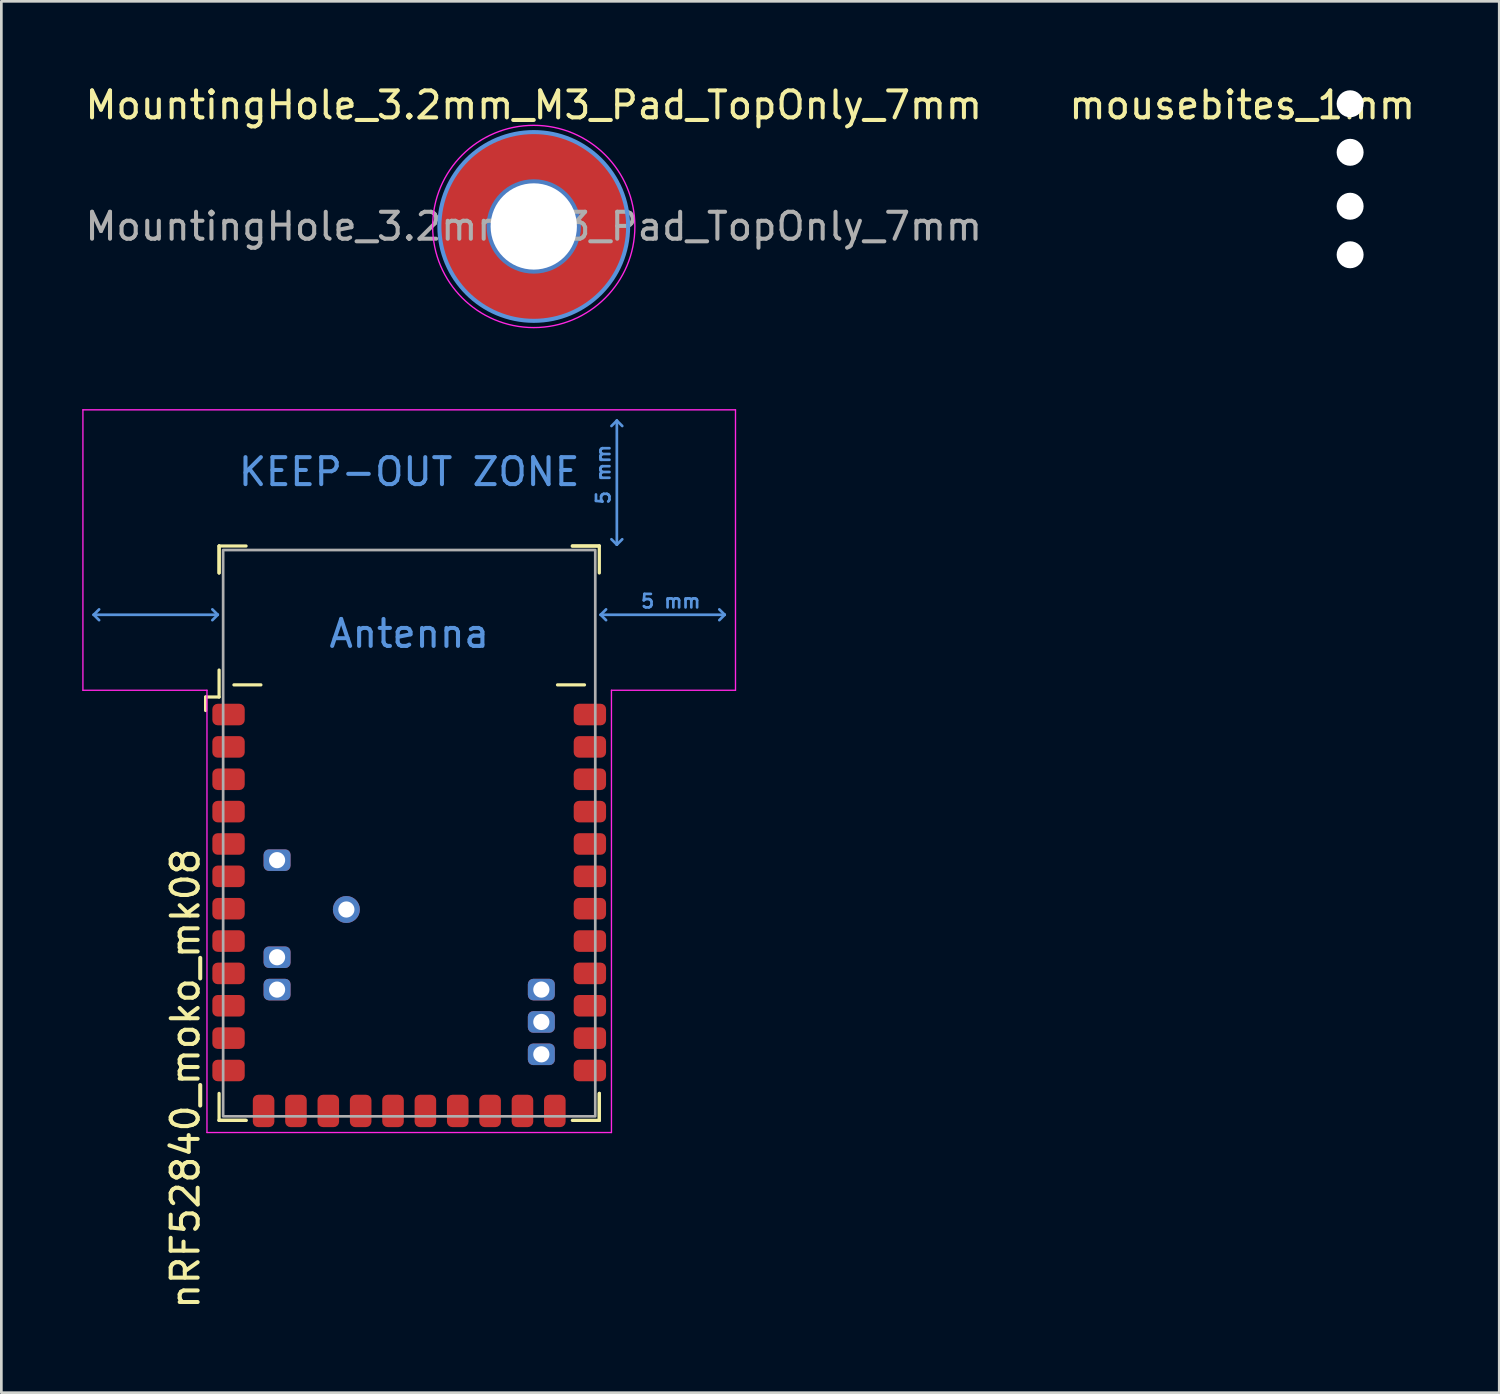
<source format=kicad_pcb>
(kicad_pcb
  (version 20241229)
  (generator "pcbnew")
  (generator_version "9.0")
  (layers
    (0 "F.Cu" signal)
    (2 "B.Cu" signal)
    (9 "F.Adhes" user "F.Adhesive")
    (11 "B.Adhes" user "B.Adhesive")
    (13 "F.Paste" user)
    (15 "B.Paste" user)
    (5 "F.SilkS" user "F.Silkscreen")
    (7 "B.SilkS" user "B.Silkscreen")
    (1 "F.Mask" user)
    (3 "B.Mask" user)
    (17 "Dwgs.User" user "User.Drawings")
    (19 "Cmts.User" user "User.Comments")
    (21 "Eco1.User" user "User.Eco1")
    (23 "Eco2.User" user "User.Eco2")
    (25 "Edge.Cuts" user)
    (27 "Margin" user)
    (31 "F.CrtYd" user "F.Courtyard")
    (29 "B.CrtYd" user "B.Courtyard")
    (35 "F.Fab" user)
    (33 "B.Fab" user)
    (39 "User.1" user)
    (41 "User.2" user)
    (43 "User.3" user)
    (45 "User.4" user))
  (footprint "mousebites_1mm"
    (layer "F.Cu")
    (at 47.018 3.598)
    (property "Reference" "mousebites_1mm" (at -4 -2.75 0) (layer "F.SilkS") (effects (font (size 1 1) (thickness 0.15))))
    (attr exclude_from_pos_files exclude_from_bom)
    (pad "" np_thru_hole circle (at 0 -2.8) (size 1 1) (drill 1) (layers "*.Cu" "*.Mask"))
    (pad "" np_thru_hole circle (at 0 -1) (size 1 1) (drill 1) (layers "*.Cu" "*.Mask"))
    (pad "" np_thru_hole circle (at 0 1) (size 1 1) (drill 1) (layers "*.Cu" "*.Mask"))
    (pad "" np_thru_hole circle (at 0 2.8) (size 1 1) (drill 1) (layers "*.Cu" "*.Mask")))
  (footprint "nRF52840_moko_mk08"
    (layer "F.Cu")
    (at 12.125 27.848)
    (property "Reference" "nRF52840_moko_mk08" (at -8.3 9.1 90) (unlocked yes) (layer "F.SilkS") (effects (font (size 1 1) (thickness 0.15))))
    (attr smd)
    (fp_line (start -7.55 -5.05) (end -7.55 -4.55) (stroke (width 0.12) (type solid)) (layer "F.SilkS"))
    (fp_line (start -7.05 -10.65) (end -7.05 -9.65) (stroke (width 0.12) (type solid)) (layer "F.SilkS"))
    (fp_line (start -7.05 -10.65) (end -6.05 -10.65) (stroke (width 0.12) (type solid)) (layer "F.SilkS"))
    (fp_line (start -7.05 -9.65) (end -7.05 -10.65) (stroke (width 0.12) (type solid)) (layer "F.SilkS"))
    (fp_line (start -7.05 -5.05) (end -7.55 -5.05) (stroke (width 0.12) (type solid)) (layer "F.SilkS"))
    (fp_line (start -7.05 -5.05) (end -7.05 -6.05) (stroke (width 0.12) (type solid)) (layer "F.SilkS"))
    (fp_line (start -7.05 10.65) (end -7.05 9.65) (stroke (width 0.12) (type solid)) (layer "F.SilkS"))
    (fp_line (start -7.05 10.65) (end -6.05 10.65) (stroke (width 0.12) (type solid)) (layer "F.SilkS"))
    (fp_line (start -6.5 -5.5) (end -5.5 -5.5) (stroke (width 0.12) (type solid)) (layer "F.SilkS"))
    (fp_line (start -6.05 10.65) (end -7.05 10.65) (stroke (width 0.12) (type solid)) (layer "F.SilkS"))
    (fp_line (start 6.05 -10.65) (end 7.05 -10.65) (stroke (width 0.12) (type solid)) (layer "F.SilkS"))
    (fp_line (start 6.5 -5.5) (end 5.5 -5.5) (stroke (width 0.12) (type solid)) (layer "F.SilkS"))
    (fp_line (start 7.05 -10.65) (end 6.05 -10.65) (stroke (width 0.12) (type solid)) (layer "F.SilkS"))
    (fp_line (start 7.05 -10.65) (end 7.05 -9.65) (stroke (width 0.12) (type solid)) (layer "F.SilkS"))
    (fp_line (start 7.05 9.65) (end 7.05 10.65) (stroke (width 0.12) (type solid)) (layer "F.SilkS"))
    (fp_line (start 7.05 10.65) (end 6.05 10.65) (stroke (width 0.12) (type solid)) (layer "F.SilkS"))
    (fp_line (start 7.05 10.65) (end 7.05 9.65) (stroke (width 0.12) (type solid)) (layer "F.SilkS"))
    (fp_line (start -11.7 -8.1) (end -11.5 -8.3) (stroke (width 0.1) (type solid)) (layer "Cmts.User"))
    (fp_line (start -11.7 -8.1) (end -11.5 -7.9) (stroke (width 0.1) (type solid)) (layer "Cmts.User"))
    (fp_line (start -11.7 -8.1) (end -7.1 -8.1) (stroke (width 0.1) (type solid)) (layer "Cmts.User"))
    (fp_line (start -7.1 -8.1) (end -7.3 -8.3) (stroke (width 0.1) (type solid)) (layer "Cmts.User"))
    (fp_line (start -7.1 -8.1) (end -7.3 -7.9) (stroke (width 0.1) (type solid)) (layer "Cmts.User"))
    (fp_line (start 7.1 -8.1) (end 7.3 -8.3) (stroke (width 0.1) (type solid)) (layer "Cmts.User"))
    (fp_line (start 7.1 -8.1) (end 7.3 -7.9) (stroke (width 0.1) (type solid)) (layer "Cmts.User"))
    (fp_line (start 7.1 -8.1) (end 11.7 -8.1) (stroke (width 0.1) (type solid)) (layer "Cmts.User"))
    (fp_line (start 7.7 -15.3) (end 7.5 -15.1) (stroke (width 0.1) (type solid)) (layer "Cmts.User"))
    (fp_line (start 7.7 -15.3) (end 7.9 -15.1) (stroke (width 0.1) (type solid)) (layer "Cmts.User"))
    (fp_line (start 7.7 -10.7) (end 7.5 -10.9) (stroke (width 0.1) (type solid)) (layer "Cmts.User"))
    (fp_line (start 7.7 -10.7) (end 7.7 -15.3) (stroke (width 0.1) (type solid)) (layer "Cmts.User"))
    (fp_line (start 7.7 -10.7) (end 7.9 -10.9) (stroke (width 0.1) (type solid)) (layer "Cmts.User"))
    (fp_line (start 11.7 -8.1) (end 11.5 -8.3) (stroke (width 0.1) (type solid)) (layer "Cmts.User"))
    (fp_line (start 11.7 -8.1) (end 11.5 -7.9) (stroke (width 0.1) (type solid)) (layer "Cmts.User"))
    (fp_line (start -12.1 -15.7) (end -12.1 -5.3) (stroke (width 0.05) (type solid)) (layer "F.CrtYd"))
    (fp_line (start -12.1 -5.3) (end -7.5 -5.3) (stroke (width 0.05) (type solid)) (layer "F.CrtYd"))
    (fp_line (start -7.5 -5.3) (end -7.5 11.1) (stroke (width 0.05) (type solid)) (layer "F.CrtYd"))
    (fp_line (start -7.5 11.1) (end 7.5 11.1) (stroke (width 0.05) (type solid)) (layer "F.CrtYd"))
    (fp_line (start 7.5 -5.3) (end 12.1 -5.3) (stroke (width 0.05) (type solid)) (layer "F.CrtYd"))
    (fp_line (start 7.5 11.1) (end 7.5 -5.3) (stroke (width 0.05) (type solid)) (layer "F.CrtYd"))
    (fp_line (start 12.1 -15.7) (end -12.1 -15.7) (stroke (width 0.05) (type solid)) (layer "F.CrtYd"))
    (fp_line (start 12.1 -5.3) (end 12.1 -15.7) (stroke (width 0.05) (type solid)) (layer "F.CrtYd"))
    (fp_rect (start -6.9 -10.5) (end 6.9 10.5) (stroke (width 0.1) (type solid)) (fill no) (layer "F.Fab"))
    (fp_text user "5 mm" (at 9.7 -8.6 180) (layer "Cmts.User") (effects (font (size 0.5 0.5) (thickness 0.1))))
    (fp_text user "KEEP-OUT ZONE" (at 0 -13.4 180) (layer "Cmts.User") (effects (font (size 1 1) (thickness 0.15))))
    (fp_text user "5 mm" (at 7.2 -13.3 90) (layer "Cmts.User") (effects (font (size 0.5 0.5) (thickness 0.1))))
    (fp_text user "Antenna" (at 0 -7.4 180) (layer "Cmts.User") (effects (font (size 1 1) (thickness 0.15))))
    (pad "1" smd roundrect (at -6.7 -4.4) (size 1.2 0.8) (layers "F.Cu" "F.Mask" "F.Paste") (roundrect_rratio 0.25))
    (pad "2" smd roundrect (at -6.7 -3.2) (size 1.2 0.8) (layers "F.Cu" "F.Mask" "F.Paste") (roundrect_rratio 0.25))
    (pad "3" smd roundrect (at -6.7 -2) (size 1.2 0.8) (layers "F.Cu" "F.Mask" "F.Paste") (roundrect_rratio 0.25))
    (pad "4" smd roundrect (at -6.7 -0.8) (size 1.2 0.8) (layers "F.Cu" "F.Mask" "F.Paste") (roundrect_rratio 0.25))
    (pad "5" smd roundrect (at -6.7 0.4) (size 1.2 0.8) (layers "F.Cu" "F.Mask" "F.Paste") (roundrect_rratio 0.25))
    (pad "6" smd roundrect (at -6.7 1.6) (size 1.2 0.8) (layers "F.Cu" "F.Mask" "F.Paste") (roundrect_rratio 0.25))
    (pad "7" smd roundrect (at -6.7 2.8) (size 1.2 0.8) (layers "F.Cu" "F.Mask" "F.Paste") (roundrect_rratio 0.25))
    (pad "8" smd roundrect (at -6.7 4) (size 1.2 0.8) (layers "F.Cu" "F.Mask" "F.Paste") (roundrect_rratio 0.25))
    (pad "9" smd roundrect (at -6.7 5.2) (size 1.2 0.8) (layers "F.Cu" "F.Mask" "F.Paste") (roundrect_rratio 0.25))
    (pad "10" smd roundrect (at -6.7 6.4) (size 1.2 0.8) (layers "F.Cu" "F.Mask" "F.Paste") (roundrect_rratio 0.25))
    (pad "11" smd roundrect (at -6.7 7.6) (size 1.2 0.8) (layers "F.Cu" "F.Mask" "F.Paste") (roundrect_rratio 0.25))
    (pad "12" smd roundrect (at -6.7 8.8) (size 1.2 0.8) (layers "F.Cu" "F.Mask" "F.Paste") (roundrect_rratio 0.25))
    (pad "13" smd roundrect (at -5.4 10.3 90) (size 1.2 0.8) (layers "F.Cu" "F.Mask" "F.Paste") (roundrect_rratio 0.25))
    (pad "14" smd roundrect (at -4.2 10.3 90) (size 1.2 0.8) (layers "F.Cu" "F.Mask" "F.Paste") (roundrect_rratio 0.25))
    (pad "15" smd roundrect (at -3 10.3 90) (size 1.2 0.8) (layers "F.Cu" "F.Mask" "F.Paste") (roundrect_rratio 0.25))
    (pad "16" smd roundrect (at -1.8 10.3 90) (size 1.2 0.8) (layers "F.Cu" "F.Mask" "F.Paste") (roundrect_rratio 0.25))
    (pad "17" smd roundrect (at -0.6 10.3 90) (size 1.2 0.8) (layers "F.Cu" "F.Mask" "F.Paste") (roundrect_rratio 0.25))
    (pad "18" smd roundrect (at 0.6 10.3 90) (size 1.2 0.8) (layers "F.Cu" "F.Mask" "F.Paste") (roundrect_rratio 0.25))
    (pad "19" smd roundrect (at 1.8 10.3 90) (size 1.2 0.8) (layers "F.Cu" "F.Mask" "F.Paste") (roundrect_rratio 0.25))
    (pad "20" smd roundrect (at 3 10.3 90) (size 1.2 0.8) (layers "F.Cu" "F.Mask" "F.Paste") (roundrect_rratio 0.25))
    (pad "21" smd roundrect (at 4.2 10.3 90) (size 1.2 0.8) (layers "F.Cu" "F.Mask" "F.Paste") (roundrect_rratio 0.25))
    (pad "22" smd roundrect (at 5.4 10.3 90) (size 1.2 0.8) (layers "F.Cu" "F.Mask" "F.Paste") (roundrect_rratio 0.25))
    (pad "23" smd roundrect (at 6.7 8.8 180) (size 1.2 0.8) (layers "F.Cu" "F.Mask" "F.Paste") (roundrect_rratio 0.25))
    (pad "24" smd roundrect (at 6.7 7.6 180) (size 1.2 0.8) (layers "F.Cu" "F.Mask" "F.Paste") (roundrect_rratio 0.25))
    (pad "25" smd roundrect (at 6.7 6.4 180) (size 1.2 0.8) (layers "F.Cu" "F.Mask" "F.Paste") (roundrect_rratio 0.25))
    (pad "26" smd roundrect (at 6.7 5.2 180) (size 1.2 0.8) (layers "F.Cu" "F.Mask" "F.Paste") (roundrect_rratio 0.25))
    (pad "27" smd roundrect (at 6.7 4 180) (size 1.2 0.8) (layers "F.Cu" "F.Mask" "F.Paste") (roundrect_rratio 0.25))
    (pad "28" smd roundrect (at 6.7 2.8 180) (size 1.2 0.8) (layers "F.Cu" "F.Mask" "F.Paste") (roundrect_rratio 0.25))
    (pad "29" smd roundrect (at 6.7 1.6 180) (size 1.2 0.8) (layers "F.Cu" "F.Mask" "F.Paste") (roundrect_rratio 0.25))
    (pad "30" smd roundrect (at 6.7 0.4 180) (size 1.2 0.8) (layers "F.Cu" "F.Mask" "F.Paste") (roundrect_rratio 0.25))
    (pad "31" smd roundrect (at 6.7 -0.8 180) (size 1.2 0.8) (layers "F.Cu" "F.Mask" "F.Paste") (roundrect_rratio 0.25))
    (pad "32" smd roundrect (at 6.7 -2 180) (size 1.2 0.8) (layers "F.Cu" "F.Mask" "F.Paste") (roundrect_rratio 0.25))
    (pad "33" smd roundrect (at 6.7 -3.2 180) (size 1.2 0.8) (layers "F.Cu" "F.Mask" "F.Paste") (roundrect_rratio 0.25))
    (pad "34" smd roundrect (at 6.7 -4.4 180) (size 1.2 0.8) (layers "F.Cu" "F.Mask" "F.Paste") (roundrect_rratio 0.25))
    (pad "39" thru_hole roundrect (at -4.9 1 180) (size 1 0.8) (drill 0.6) (layers "*.Cu" "*.Mask") (roundrect_rratio 0.25))
    (pad "42" thru_hole roundrect (at -4.9 4.6 180) (size 1 0.8) (drill 0.6) (layers "*.Cu" "*.Mask") (roundrect_rratio 0.25))
    (pad "43" thru_hole roundrect (at -4.9 5.8 180) (size 1 0.8) (drill 0.6) (layers "*.Cu" "*.Mask") (roundrect_rratio 0.25))
    (pad "46" thru_hole roundrect (at 4.9 8.2 180) (size 1 0.8) (drill 0.6) (layers "*.Cu" "*.Mask") (roundrect_rratio 0.25))
    (pad "47" thru_hole roundrect (at 4.9 7 180) (size 1 0.8) (drill 0.6) (layers "*.Cu" "*.Mask") (roundrect_rratio 0.25))
    (pad "48" thru_hole roundrect (at 4.9 5.8 180) (size 1 0.8) (drill 0.6) (layers "*.Cu" "*.Mask") (roundrect_rratio 0.25))
    (pad "57" thru_hole circle (at -2.33 2.83 180) (size 1 1) (drill 0.6) (layers "*.Cu" "*.Mask"))
    (zone (net_name "") (layers "F.Cu" "B.Cu" "F.CrtYd") (hatch full 0.508) (connect_pads) (min_thickness 0.254) (filled_areas_thickness no) (keepout (tracks not_allowed) (vias not_allowed) (pads not_allowed) (copperpour not_allowed) (footprints allowed)) (placement (enabled no)) (fill) (polygon (pts (xy 24.025 22.348) (xy 0.225 22.348) (xy 0.225 12.348) (xy 24.025 12.348)))))
  (footprint "MountingHole_3.2mm_M3_Pad_TopOnly_7mm"
    (layer "F.Cu")
    (at 16.744 5.348)
    (property "Reference" "MountingHole_3.2mm_M3_Pad_TopOnly_7mm" (at 0 -4.5 0) (layer "F.SilkS") (effects (font (size 1 1) (thickness 0.15))))
    (attr exclude_from_pos_files exclude_from_bom)
    (fp_circle (center 0 0) (end 3.5 0) (stroke (width 0.15) (type solid)) (fill no) (layer "Cmts.User"))
    (fp_circle (center 0 0) (end 3.75 0) (stroke (width 0.05) (type solid)) (fill no) (layer "F.CrtYd"))
    (fp_text user "${REFERENCE}" (at 0 0 0) (layer "F.Fab") (effects (font (size 1 1) (thickness 0.15))))
    (pad "1" thru_hole circle (at 0 0) (size 3.5 3.5) (drill 3.2) (layers "*.Cu" "*.Mask"))
    (pad "1" connect circle (at 0 0) (size 7 7) (layers "F.Cu" "F.Mask")))
  (gr_rect
    (start -3 -3)
    (end 52.548 48.597)
    (stroke (width 0.1) (type default))
    (fill no)
    (layer "Edge.Cuts")))
</source>
